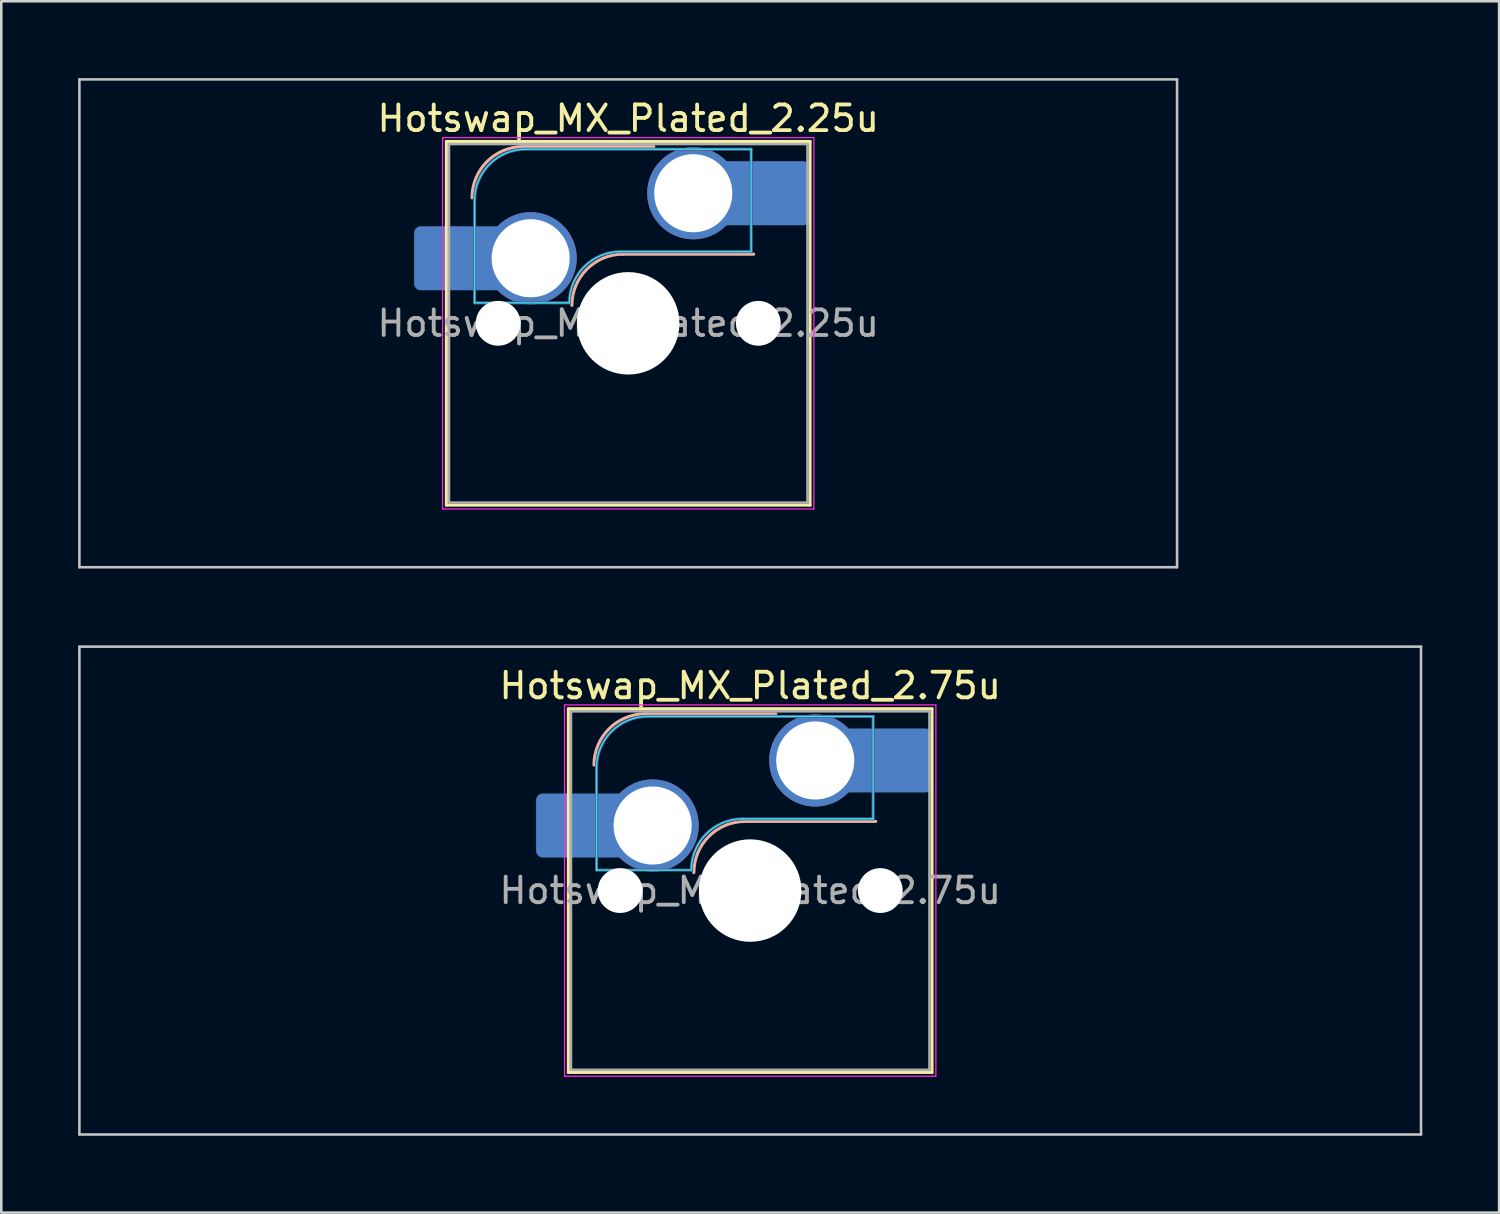
<source format=kicad_pcb>
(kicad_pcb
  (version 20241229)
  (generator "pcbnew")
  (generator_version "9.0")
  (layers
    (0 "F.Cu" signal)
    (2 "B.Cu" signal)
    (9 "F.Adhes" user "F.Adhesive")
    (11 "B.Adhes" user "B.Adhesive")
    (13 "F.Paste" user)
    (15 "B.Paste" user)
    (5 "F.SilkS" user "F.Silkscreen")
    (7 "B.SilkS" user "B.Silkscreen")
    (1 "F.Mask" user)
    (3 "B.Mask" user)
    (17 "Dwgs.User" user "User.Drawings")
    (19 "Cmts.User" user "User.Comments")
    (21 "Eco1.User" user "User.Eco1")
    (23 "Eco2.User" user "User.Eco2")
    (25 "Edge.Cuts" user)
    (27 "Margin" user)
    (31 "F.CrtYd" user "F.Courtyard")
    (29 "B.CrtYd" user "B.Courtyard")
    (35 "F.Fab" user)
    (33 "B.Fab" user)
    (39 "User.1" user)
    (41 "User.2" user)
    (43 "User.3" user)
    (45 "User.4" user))
  (footprint "Hotswap_MX_Plated_2.75u"
    (layer "F.Cu")
    (at 26.244 31.725)
    (property "Reference" "Hotswap_MX_Plated_2.75u" (at 0 -8 0) (layer "F.SilkS") (effects (font (size 1 1) (thickness 0.15))))
    (attr smd allow_soldermask_bridges)
    (fp_line (start -7.1 -7.1) (end -7.1 7.1) (stroke (width 0.12) (type solid)) (layer "F.SilkS"))
    (fp_line (start -7.1 7.1) (end 7.1 7.1) (stroke (width 0.12) (type solid)) (layer "F.SilkS"))
    (fp_line (start 7.1 -7.1) (end -7.1 -7.1) (stroke (width 0.12) (type solid)) (layer "F.SilkS"))
    (fp_line (start 7.1 7.1) (end 7.1 -7.1) (stroke (width 0.12) (type solid)) (layer "F.SilkS"))
    (fp_line (start -4.1 -6.9) (end 1 -6.9) (stroke (width 0.12) (type solid)) (layer "B.SilkS"))
    (fp_line (start -0.2 -2.7) (end 4.9 -2.7) (stroke (width 0.12) (type solid)) (layer "B.SilkS"))
    (fp_arc (start -6.1 -4.9) (mid -5.514214 -6.314214) (end -4.1 -6.9) (stroke (width 0.12) (type solid)) (layer "B.SilkS"))
    (fp_arc (start -2.2 -0.7) (mid -1.614214 -2.114214) (end -0.2 -2.7) (stroke (width 0.12) (type solid)) (layer "B.SilkS"))
    (fp_line (start -26.194 -9.525) (end -26.194 9.525) (stroke (width 0.1) (type solid)) (layer "Dwgs.User"))
    (fp_line (start -26.194 9.525) (end 26.194 9.525) (stroke (width 0.1) (type solid)) (layer "Dwgs.User"))
    (fp_line (start 26.194 -9.525) (end -26.194 -9.525) (stroke (width 0.1) (type solid)) (layer "Dwgs.User"))
    (fp_line (start 26.194 9.525) (end 26.194 -9.525) (stroke (width 0.1) (type solid)) (layer "Dwgs.User"))
    (fp_line (start -7.8 -6) (end -7 -6) (stroke (width 0.1) (type solid)) (layer "Eco1.User"))
    (fp_line (start -7.8 -2.9) (end -7.8 -6) (stroke (width 0.1) (type solid)) (layer "Eco1.User"))
    (fp_line (start -7.8 2.9) (end -7 2.9) (stroke (width 0.1) (type solid)) (layer "Eco1.User"))
    (fp_line (start -7.8 6) (end -7.8 2.9) (stroke (width 0.1) (type solid)) (layer "Eco1.User"))
    (fp_line (start -7 -7) (end 7 -7) (stroke (width 0.1) (type solid)) (layer "Eco1.User"))
    (fp_line (start -7 -6) (end -7 -7) (stroke (width 0.1) (type solid)) (layer "Eco1.User"))
    (fp_line (start -7 -2.9) (end -7.8 -2.9) (stroke (width 0.1) (type solid)) (layer "Eco1.User"))
    (fp_line (start -7 2.9) (end -7 -2.9) (stroke (width 0.1) (type solid)) (layer "Eco1.User"))
    (fp_line (start -7 6) (end -7.8 6) (stroke (width 0.1) (type solid)) (layer "Eco1.User"))
    (fp_line (start -7 7) (end -7 6) (stroke (width 0.1) (type solid)) (layer "Eco1.User"))
    (fp_line (start 7 -7) (end 7 -6) (stroke (width 0.1) (type solid)) (layer "Eco1.User"))
    (fp_line (start 7 -6) (end 7.8 -6) (stroke (width 0.1) (type solid)) (layer "Eco1.User"))
    (fp_line (start 7 -2.9) (end 7 2.9) (stroke (width 0.1) (type solid)) (layer "Eco1.User"))
    (fp_line (start 7 2.9) (end 7.8 2.9) (stroke (width 0.1) (type solid)) (layer "Eco1.User"))
    (fp_line (start 7 6) (end 7 7) (stroke (width 0.1) (type solid)) (layer "Eco1.User"))
    (fp_line (start 7 7) (end -7 7) (stroke (width 0.1) (type solid)) (layer "Eco1.User"))
    (fp_line (start 7.8 -6) (end 7.8 -2.9) (stroke (width 0.1) (type solid)) (layer "Eco1.User"))
    (fp_line (start 7.8 -2.9) (end 7 -2.9) (stroke (width 0.1) (type solid)) (layer "Eco1.User"))
    (fp_line (start 7.8 2.9) (end 7.8 6) (stroke (width 0.1) (type solid)) (layer "Eco1.User"))
    (fp_line (start 7.8 6) (end 7 6) (stroke (width 0.1) (type solid)) (layer "Eco1.User"))
    (fp_line (start -6 -0.8) (end -6 -4.8) (stroke (width 0.05) (type solid)) (layer "B.CrtYd"))
    (fp_line (start -6 -0.8) (end -2.3 -0.8) (stroke (width 0.05) (type solid)) (layer "B.CrtYd"))
    (fp_line (start -4 -6.8) (end 4.8 -6.8) (stroke (width 0.05) (type solid)) (layer "B.CrtYd"))
    (fp_line (start -0.3 -2.8) (end 4.8 -2.8) (stroke (width 0.05) (type solid)) (layer "B.CrtYd"))
    (fp_line (start 4.8 -6.8) (end 4.8 -2.8) (stroke (width 0.05) (type solid)) (layer "B.CrtYd"))
    (fp_arc (start -6 -4.8) (mid -5.414214 -6.214214) (end -4 -6.8) (stroke (width 0.05) (type solid)) (layer "B.CrtYd"))
    (fp_arc (start -2.3 -0.8) (mid -1.714214 -2.214214) (end -0.3 -2.8) (stroke (width 0.05) (type solid)) (layer "B.CrtYd"))
    (fp_line (start -7.25 -7.25) (end -7.25 7.25) (stroke (width 0.05) (type solid)) (layer "F.CrtYd"))
    (fp_line (start -7.25 7.25) (end 7.25 7.25) (stroke (width 0.05) (type solid)) (layer "F.CrtYd"))
    (fp_line (start 7.25 -7.25) (end -7.25 -7.25) (stroke (width 0.05) (type solid)) (layer "F.CrtYd"))
    (fp_line (start 7.25 7.25) (end 7.25 -7.25) (stroke (width 0.05) (type solid)) (layer "F.CrtYd"))
    (fp_line (start -6 -0.8) (end -6 -4.8) (stroke (width 0.12) (type solid)) (layer "B.Fab"))
    (fp_line (start -6 -0.8) (end -2.3 -0.8) (stroke (width 0.12) (type solid)) (layer "B.Fab"))
    (fp_line (start -4 -6.8) (end 4.8 -6.8) (stroke (width 0.12) (type solid)) (layer "B.Fab"))
    (fp_line (start -0.3 -2.8) (end 4.8 -2.8) (stroke (width 0.12) (type solid)) (layer "B.Fab"))
    (fp_line (start 4.8 -6.8) (end 4.8 -2.8) (stroke (width 0.12) (type solid)) (layer "B.Fab"))
    (fp_arc (start -6 -4.8) (mid -5.414214 -6.214214) (end -4 -6.8) (stroke (width 0.12) (type solid)) (layer "B.Fab"))
    (fp_arc (start -2.3 -0.8) (mid -1.714214 -2.214214) (end -0.3 -2.8) (stroke (width 0.12) (type solid)) (layer "B.Fab"))
    (fp_line (start -7 -7) (end -7 7) (stroke (width 0.1) (type solid)) (layer "F.Fab"))
    (fp_line (start -7 7) (end 7 7) (stroke (width 0.1) (type solid)) (layer "F.Fab"))
    (fp_line (start 7 -7) (end -7 -7) (stroke (width 0.1) (type solid)) (layer "F.Fab"))
    (fp_line (start 7 7) (end 7 -7) (stroke (width 0.1) (type solid)) (layer "F.Fab"))
    (fp_text user "${REFERENCE}" (at 0 0 0) (layer "F.Fab") (effects (font (size 1 1) (thickness 0.15))))
    (pad "" smd roundrect (at -7.085 -2.54) (size 2.55 2.5) (layers "B.Mask" "B.Paste") (roundrect_rratio 0.1))
    (pad "" np_thru_hole circle (at -5.08 0) (size 1.75 1.75) (drill 1.75) (layers "*.Cu" "*.Mask"))
    (pad "" np_thru_hole circle (at 0 0) (size 4 4) (drill 4) (layers "*.Cu" "*.Mask"))
    (pad "" np_thru_hole circle (at 5.08 0) (size 1.75 1.75) (drill 1.75) (layers "*.Cu" "*.Mask"))
    (pad "" smd roundrect (at 5.842 -5.08) (size 2.55 2.5) (layers "B.Mask" "B.Paste") (roundrect_rratio 0.1))
    (pad "1" smd roundrect (at -6.585 -2.54) (size 3.55 2.5) (layers "B.Cu") (roundrect_rratio 0.1))
    (pad "1" thru_hole circle (at -3.81 -2.54) (size 3.6 3.6) (drill 3.05) (layers "*.Cu" "*.Mask"))
    (pad "2" thru_hole circle (at 2.54 -5.08) (size 3.6 3.6) (drill 3.05) (layers "*.Cu" "*.Mask"))
    (pad "2" smd roundrect (at 5.32 -5.08) (size 3.55 2.5) (layers "B.Cu") (roundrect_rratio 0.1)))
  (footprint "Hotswap_MX_Plated_2.25u"
    (layer "F.Cu")
    (at 21.481 9.575)
    (property "Reference" "Hotswap_MX_Plated_2.25u" (at 0 -8 0) (layer "F.SilkS") (effects (font (size 1 1) (thickness 0.15))))
    (attr smd allow_soldermask_bridges)
    (fp_line (start -7.1 -7.1) (end -7.1 7.1) (stroke (width 0.12) (type solid)) (layer "F.SilkS"))
    (fp_line (start -7.1 7.1) (end 7.1 7.1) (stroke (width 0.12) (type solid)) (layer "F.SilkS"))
    (fp_line (start 7.1 -7.1) (end -7.1 -7.1) (stroke (width 0.12) (type solid)) (layer "F.SilkS"))
    (fp_line (start 7.1 7.1) (end 7.1 -7.1) (stroke (width 0.12) (type solid)) (layer "F.SilkS"))
    (fp_line (start -4.1 -6.9) (end 1 -6.9) (stroke (width 0.12) (type solid)) (layer "B.SilkS"))
    (fp_line (start -0.2 -2.7) (end 4.9 -2.7) (stroke (width 0.12) (type solid)) (layer "B.SilkS"))
    (fp_arc (start -6.1 -4.9) (mid -5.514214 -6.314214) (end -4.1 -6.9) (stroke (width 0.12) (type solid)) (layer "B.SilkS"))
    (fp_arc (start -2.2 -0.7) (mid -1.614214 -2.114214) (end -0.2 -2.7) (stroke (width 0.12) (type solid)) (layer "B.SilkS"))
    (fp_line (start -21.431 -9.525) (end -21.431 9.525) (stroke (width 0.1) (type solid)) (layer "Dwgs.User"))
    (fp_line (start -21.431 9.525) (end 21.431 9.525) (stroke (width 0.1) (type solid)) (layer "Dwgs.User"))
    (fp_line (start 21.431 -9.525) (end -21.431 -9.525) (stroke (width 0.1) (type solid)) (layer "Dwgs.User"))
    (fp_line (start 21.431 9.525) (end 21.431 -9.525) (stroke (width 0.1) (type solid)) (layer "Dwgs.User"))
    (fp_line (start -7.8 -6) (end -7 -6) (stroke (width 0.1) (type solid)) (layer "Eco1.User"))
    (fp_line (start -7.8 -2.9) (end -7.8 -6) (stroke (width 0.1) (type solid)) (layer "Eco1.User"))
    (fp_line (start -7.8 2.9) (end -7 2.9) (stroke (width 0.1) (type solid)) (layer "Eco1.User"))
    (fp_line (start -7.8 6) (end -7.8 2.9) (stroke (width 0.1) (type solid)) (layer "Eco1.User"))
    (fp_line (start -7 -7) (end 7 -7) (stroke (width 0.1) (type solid)) (layer "Eco1.User"))
    (fp_line (start -7 -6) (end -7 -7) (stroke (width 0.1) (type solid)) (layer "Eco1.User"))
    (fp_line (start -7 -2.9) (end -7.8 -2.9) (stroke (width 0.1) (type solid)) (layer "Eco1.User"))
    (fp_line (start -7 2.9) (end -7 -2.9) (stroke (width 0.1) (type solid)) (layer "Eco1.User"))
    (fp_line (start -7 6) (end -7.8 6) (stroke (width 0.1) (type solid)) (layer "Eco1.User"))
    (fp_line (start -7 7) (end -7 6) (stroke (width 0.1) (type solid)) (layer "Eco1.User"))
    (fp_line (start 7 -7) (end 7 -6) (stroke (width 0.1) (type solid)) (layer "Eco1.User"))
    (fp_line (start 7 -6) (end 7.8 -6) (stroke (width 0.1) (type solid)) (layer "Eco1.User"))
    (fp_line (start 7 -2.9) (end 7 2.9) (stroke (width 0.1) (type solid)) (layer "Eco1.User"))
    (fp_line (start 7 2.9) (end 7.8 2.9) (stroke (width 0.1) (type solid)) (layer "Eco1.User"))
    (fp_line (start 7 6) (end 7 7) (stroke (width 0.1) (type solid)) (layer "Eco1.User"))
    (fp_line (start 7 7) (end -7 7) (stroke (width 0.1) (type solid)) (layer "Eco1.User"))
    (fp_line (start 7.8 -6) (end 7.8 -2.9) (stroke (width 0.1) (type solid)) (layer "Eco1.User"))
    (fp_line (start 7.8 -2.9) (end 7 -2.9) (stroke (width 0.1) (type solid)) (layer "Eco1.User"))
    (fp_line (start 7.8 2.9) (end 7.8 6) (stroke (width 0.1) (type solid)) (layer "Eco1.User"))
    (fp_line (start 7.8 6) (end 7 6) (stroke (width 0.1) (type solid)) (layer "Eco1.User"))
    (fp_line (start -6 -0.8) (end -6 -4.8) (stroke (width 0.05) (type solid)) (layer "B.CrtYd"))
    (fp_line (start -6 -0.8) (end -2.3 -0.8) (stroke (width 0.05) (type solid)) (layer "B.CrtYd"))
    (fp_line (start -4 -6.8) (end 4.8 -6.8) (stroke (width 0.05) (type solid)) (layer "B.CrtYd"))
    (fp_line (start -0.3 -2.8) (end 4.8 -2.8) (stroke (width 0.05) (type solid)) (layer "B.CrtYd"))
    (fp_line (start 4.8 -6.8) (end 4.8 -2.8) (stroke (width 0.05) (type solid)) (layer "B.CrtYd"))
    (fp_arc (start -6 -4.8) (mid -5.414214 -6.214214) (end -4 -6.8) (stroke (width 0.05) (type solid)) (layer "B.CrtYd"))
    (fp_arc (start -2.3 -0.8) (mid -1.714214 -2.214214) (end -0.3 -2.8) (stroke (width 0.05) (type solid)) (layer "B.CrtYd"))
    (fp_line (start -7.25 -7.25) (end -7.25 7.25) (stroke (width 0.05) (type solid)) (layer "F.CrtYd"))
    (fp_line (start -7.25 7.25) (end 7.25 7.25) (stroke (width 0.05) (type solid)) (layer "F.CrtYd"))
    (fp_line (start 7.25 -7.25) (end -7.25 -7.25) (stroke (width 0.05) (type solid)) (layer "F.CrtYd"))
    (fp_line (start 7.25 7.25) (end 7.25 -7.25) (stroke (width 0.05) (type solid)) (layer "F.CrtYd"))
    (fp_line (start -6 -0.8) (end -6 -4.8) (stroke (width 0.12) (type solid)) (layer "B.Fab"))
    (fp_line (start -6 -0.8) (end -2.3 -0.8) (stroke (width 0.12) (type solid)) (layer "B.Fab"))
    (fp_line (start -4 -6.8) (end 4.8 -6.8) (stroke (width 0.12) (type solid)) (layer "B.Fab"))
    (fp_line (start -0.3 -2.8) (end 4.8 -2.8) (stroke (width 0.12) (type solid)) (layer "B.Fab"))
    (fp_line (start 4.8 -6.8) (end 4.8 -2.8) (stroke (width 0.12) (type solid)) (layer "B.Fab"))
    (fp_arc (start -6 -4.8) (mid -5.414214 -6.214214) (end -4 -6.8) (stroke (width 0.12) (type solid)) (layer "B.Fab"))
    (fp_arc (start -2.3 -0.8) (mid -1.714214 -2.214214) (end -0.3 -2.8) (stroke (width 0.12) (type solid)) (layer "B.Fab"))
    (fp_line (start -7 -7) (end -7 7) (stroke (width 0.1) (type solid)) (layer "F.Fab"))
    (fp_line (start -7 7) (end 7 7) (stroke (width 0.1) (type solid)) (layer "F.Fab"))
    (fp_line (start 7 -7) (end -7 -7) (stroke (width 0.1) (type solid)) (layer "F.Fab"))
    (fp_line (start 7 7) (end 7 -7) (stroke (width 0.1) (type solid)) (layer "F.Fab"))
    (fp_text user "${REFERENCE}" (at 0 0 0) (layer "F.Fab") (effects (font (size 1 1) (thickness 0.15))))
    (pad "" smd roundrect (at -7.085 -2.54) (size 2.55 2.5) (layers "B.Mask" "B.Paste") (roundrect_rratio 0.1))
    (pad "" np_thru_hole circle (at -5.08 0) (size 1.75 1.75) (drill 1.75) (layers "*.Cu" "*.Mask"))
    (pad "" np_thru_hole circle (at 0 0) (size 4 4) (drill 4) (layers "*.Cu" "*.Mask"))
    (pad "" np_thru_hole circle (at 5.08 0) (size 1.75 1.75) (drill 1.75) (layers "*.Cu" "*.Mask"))
    (pad "" smd roundrect (at 5.842 -5.08) (size 2.55 2.5) (layers "B.Mask" "B.Paste") (roundrect_rratio 0.1))
    (pad "1" smd roundrect (at -6.585 -2.54) (size 3.55 2.5) (layers "B.Cu") (roundrect_rratio 0.1))
    (pad "1" thru_hole circle (at -3.81 -2.54) (size 3.6 3.6) (drill 3.05) (layers "*.Cu" "*.Mask"))
    (pad "2" thru_hole circle (at 2.54 -5.08) (size 3.6 3.6) (drill 3.05) (layers "*.Cu" "*.Mask"))
    (pad "2" smd roundrect (at 5.32 -5.08) (size 3.55 2.5) (layers "B.Cu") (roundrect_rratio 0.1)))
  (gr_rect
    (start -3 -3)
    (end 55.487 44.3)
    (stroke (width 0.1) (type default))
    (fill no)
    (layer "Edge.Cuts")))
</source>
